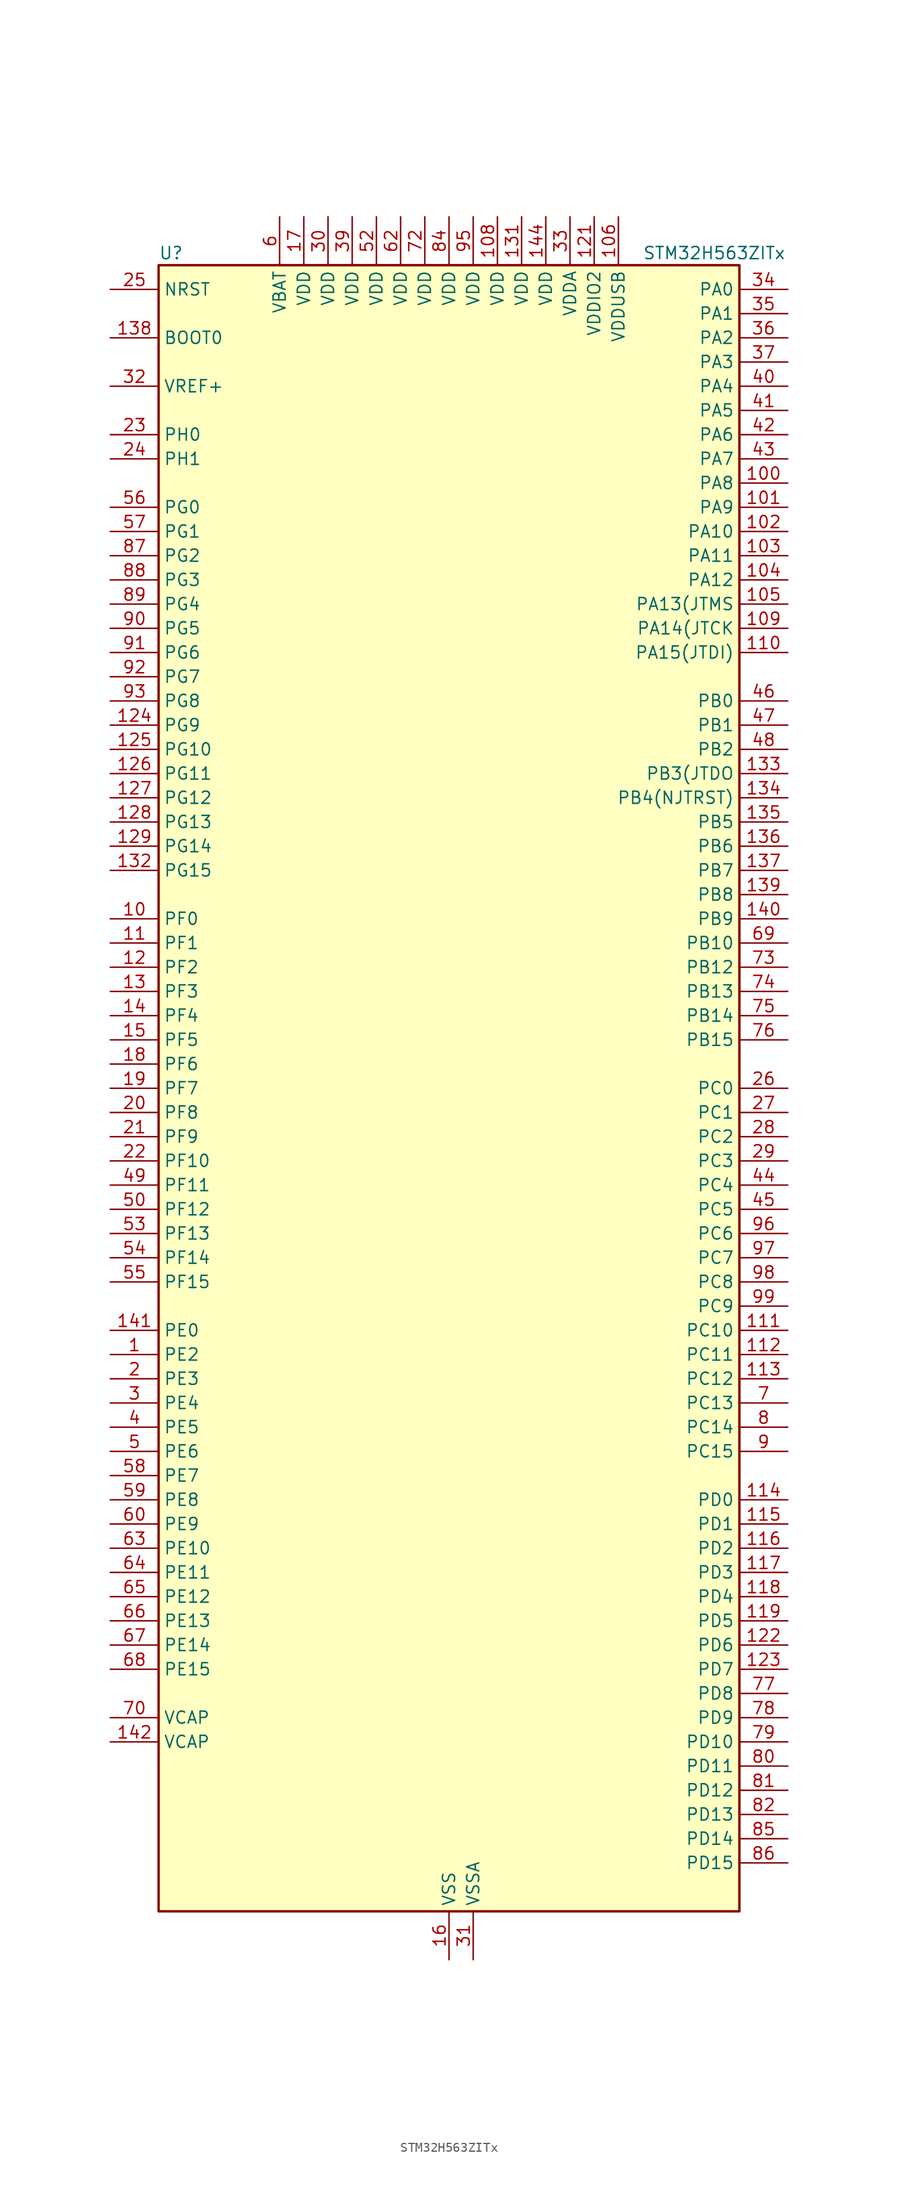
<source format=kicad_sym>
(kicad_symbol_lib
  (version 20231120)
  (generator "kicad_symbol_editor")
  (generator_version "8.0")
  (symbol "STM32H563ZITx"
    (property "Reference" "U"
      (at -30.48 87.63 0)
      (effects (font (size 1.27 1.27)) (justify left)))
    (property "Value" "STM32H563ZITx"
      (at 20.32 87.63 0)
      (effects (font (size 1.27 1.27)) (justify left)))
    (property "ki_locked" ""
      (at 0 0 0)
      (effects (font (size 1.27 1.27))))
    (symbol "STM32H563ZITx_0_1"
      (rectangle (start -30.48 -86.36) (end 30.48 86.36) (stroke (width 0.254) (type default)) (fill (type background))))
    (symbol "STM32H563ZITx_1_1"
      (pin bidirectional line (at -35.56 -27.94 0) (length 5.08) (name "PE2" (effects (font (size 1.27 1.27)))) (number "1" (effects (font (size 1.27 1.27)))) (alternate "DCMI_D3" bidirectional line) (alternate "DEBUG_TRACECLK" bidirectional line) (alternate "ETH_TXD3" bidirectional line) (alternate "FMC_A23" bidirectional line) (alternate "LPTIM1_IN2" bidirectional line) (alternate "OCTOSPI1_IO2" bidirectional line) (alternate "PSSI_D3" bidirectional line) (alternate "SAI1_CK1" bidirectional line) (alternate "SAI1_MCLK_A" bidirectional line) (alternate "SPI4_SCK" bidirectional line) (alternate "UART8_TX" bidirectional line) (alternate "USART10_RX" bidirectional line))
      (pin bidirectional line (at -35.56 17.78 0) (length 5.08) (name "PF0" (effects (font (size 1.27 1.27)))) (number "10" (effects (font (size 1.27 1.27)))) (alternate "FMC_A0" bidirectional line) (alternate "I2C2_SDA" bidirectional line) (alternate "LPTIM5_CH1" bidirectional line))
      (pin bidirectional line (at 35.56 63.5 180) (length 5.08) (name "PA8" (effects (font (size 1.27 1.27)))) (number "100" (effects (font (size 1.27 1.27)))) (alternate "DCMI_D3" bidirectional line) (alternate "FMC_NOE" bidirectional line) (alternate "I2C3_SCL" bidirectional line) (alternate "PSSI_D3" bidirectional line) (alternate "RCC_MCO_1" bidirectional line) (alternate "SPI1_RDY" bidirectional line) (alternate "TIM1_CH1" bidirectional line) (alternate "TIM8_BKIN2" bidirectional line) (alternate "UART7_RX" bidirectional line) (alternate "USART1_CK" bidirectional line) (alternate "USB_SOF" bidirectional line))
      (pin bidirectional line (at 35.56 60.96 180) (length 5.08) (name "PA9" (effects (font (size 1.27 1.27)))) (number "101" (effects (font (size 1.27 1.27)))) (alternate "DAC1_EXTI9" bidirectional line) (alternate "DCMI_D0" bidirectional line) (alternate "ETH_TX_ER" bidirectional line) (alternate "FMC_NWE" bidirectional line) (alternate "I2C3_SMBA" bidirectional line) (alternate "I2S2_CK" bidirectional line) (alternate "LPUART1_TX" bidirectional line) (alternate "PSSI_D0" bidirectional line) (alternate "SPI2_SCK" bidirectional line) (alternate "TIM1_CH2" bidirectional line) (alternate "UCPD1_DB1" bidirectional line) (alternate "USART1_TX" bidirectional line))
      (pin bidirectional line (at 35.56 58.42 180) (length 5.08) (name "PA10" (effects (font (size 1.27 1.27)))) (number "102" (effects (font (size 1.27 1.27)))) (alternate "DCMI_D1" bidirectional line) (alternate "FDCAN2_TX" bidirectional line) (alternate "LPTIM2_IN2" bidirectional line) (alternate "LPUART1_RX" bidirectional line) (alternate "PSSI_D1" bidirectional line) (alternate "SDMMC1_D0" bidirectional line) (alternate "TIM1_CH3" bidirectional line) (alternate "UCPD1_FRSTX" bidirectional line) (alternate "USART1_RX" bidirectional line))
      (pin bidirectional line (at 35.56 55.88 180) (length 5.08) (name "PA11" (effects (font (size 1.27 1.27)))) (number "103" (effects (font (size 1.27 1.27)))) (alternate "ADC1_EXTI11" bidirectional line) (alternate "ADC2_EXTI11" bidirectional line) (alternate "FDCAN1_RX" bidirectional line) (alternate "I2S2_WS" bidirectional line) (alternate "LPUART1_CTS" bidirectional line) (alternate "SPI2_NSS" bidirectional line) (alternate "TIM1_CH4" bidirectional line) (alternate "UART4_RX" bidirectional line) (alternate "USART1_CTS" bidirectional line) (alternate "USART1_NSS" bidirectional line) (alternate "USB_DM" bidirectional line))
      (pin bidirectional line (at 35.56 53.34 180) (length 5.08) (name "PA12" (effects (font (size 1.27 1.27)))) (number "104" (effects (font (size 1.27 1.27)))) (alternate "FDCAN1_TX" bidirectional line) (alternate "I2S2_CK" bidirectional line) (alternate "LPUART1_RTS" bidirectional line) (alternate "SAI2_FS_B" bidirectional line) (alternate "SPI2_SCK" bidirectional line) (alternate "TIM1_ETR" bidirectional line) (alternate "UART4_TX" bidirectional line) (alternate "USART1_RTS" bidirectional line) (alternate "USB_DP" bidirectional line))
      (pin bidirectional line (at 35.56 50.8 180) (length 5.08) (name "PA13(JTMS" (effects (font (size 1.27 1.27)))) (number "105" (effects (font (size 1.27 1.27)))) (alternate "DEBUG_JTMS-SWDIO" bidirectional line))
      (pin power_in line (at 17.78 91.44 270) (length 5.08) (name "VDDUSB" (effects (font (size 1.27 1.27)))) (number "106" (effects (font (size 1.27 1.27)))))
      (pin passive line (at 0 -91.44 90) (length 5.08) hide (name "VSS" (effects (font (size 1.27 1.27)))) (number "107" (effects (font (size 1.27 1.27)))))
      (pin power_in line (at 5.08 91.44 270) (length 5.08) (name "VDD" (effects (font (size 1.27 1.27)))) (number "108" (effects (font (size 1.27 1.27)))))
      (pin bidirectional line (at 35.56 48.26 180) (length 5.08) (name "PA14(JTCK" (effects (font (size 1.27 1.27)))) (number "109" (effects (font (size 1.27 1.27)))) (alternate "DEBUG_JTCK-SWCLK" bidirectional line))
      (pin bidirectional line (at -35.56 15.24 0) (length 5.08) (name "PF1" (effects (font (size 1.27 1.27)))) (number "11" (effects (font (size 1.27 1.27)))) (alternate "FMC_A1" bidirectional line) (alternate "I2C2_SCL" bidirectional line) (alternate "LPTIM5_CH2" bidirectional line))
      (pin bidirectional line (at 35.56 45.72 180) (length 5.08) (name "PA15(JTDI)" (effects (font (size 1.27 1.27)))) (number "110" (effects (font (size 1.27 1.27)))) (alternate "ADC1_EXTI15" bidirectional line) (alternate "ADC2_EXTI15" bidirectional line) (alternate "CEC" bidirectional line) (alternate "DCMI_D11" bidirectional line) (alternate "DEBUG_JTDI" bidirectional line) (alternate "FMC_NBL1" bidirectional line) (alternate "I2S1_WS" bidirectional line) (alternate "I2S3_WS" bidirectional line) (alternate "LPTIM3_IN2" bidirectional line) (alternate "PSSI_D11" bidirectional line) (alternate "SPI1_NSS" bidirectional line) (alternate "SPI3_NSS" bidirectional line) (alternate "SPI6_NSS" bidirectional line) (alternate "TIM2_CH1" bidirectional line) (alternate "TIM2_ETR" bidirectional line) (alternate "UART4_DE" bidirectional line) (alternate "UART4_RTS" bidirectional line) (alternate "UART7_TX" bidirectional line))
      (pin bidirectional line (at 35.56 -25.4 180) (length 5.08) (name "PC10" (effects (font (size 1.27 1.27)))) (number "111" (effects (font (size 1.27 1.27)))) (alternate "DCMI_D8" bidirectional line) (alternate "ETH_TXD0" bidirectional line) (alternate "I2S3_CK" bidirectional line) (alternate "LPTIM3_ETR" bidirectional line) (alternate "OCTOSPI1_IO1" bidirectional line) (alternate "PSSI_D8" bidirectional line) (alternate "SDMMC1_D2" bidirectional line) (alternate "SPI3_SCK" bidirectional line) (alternate "UART4_TX" bidirectional line) (alternate "USART3_TX" bidirectional line))
      (pin bidirectional line (at 35.56 -27.94 180) (length 5.08) (name "PC11" (effects (font (size 1.27 1.27)))) (number "112" (effects (font (size 1.27 1.27)))) (alternate "ADC1_EXTI11" bidirectional line) (alternate "ADC2_EXTI11" bidirectional line) (alternate "DCMI_D4" bidirectional line) (alternate "I2S3_SDI" bidirectional line) (alternate "LPTIM3_IN1" bidirectional line) (alternate "OCTOSPI1_NCS" bidirectional line) (alternate "PSSI_D4" bidirectional line) (alternate "SDMMC1_D3" bidirectional line) (alternate "SPI3_MISO" bidirectional line) (alternate "UART4_RX" bidirectional line) (alternate "USART3_RX" bidirectional line))
      (pin bidirectional line (at 35.56 -30.48 180) (length 5.08) (name "PC12" (effects (font (size 1.27 1.27)))) (number "113" (effects (font (size 1.27 1.27)))) (alternate "DCMI_D9" bidirectional line) (alternate "DEBUG_TRACED3" bidirectional line) (alternate "I2S3_SDO" bidirectional line) (alternate "PSSI_D9" bidirectional line) (alternate "SDMMC1_CK" bidirectional line) (alternate "SPI3_MOSI" bidirectional line) (alternate "SPI6_SCK" bidirectional line) (alternate "TIM15_CH1" bidirectional line) (alternate "UART5_TX" bidirectional line) (alternate "USART3_CK" bidirectional line))
      (pin bidirectional line (at 35.56 -43.18 180) (length 5.08) (name "PD0" (effects (font (size 1.27 1.27)))) (number "114" (effects (font (size 1.27 1.27)))) (alternate "FDCAN1_RX" bidirectional line) (alternate "FMC_D2" bidirectional line) (alternate "FMC_DA2" bidirectional line) (alternate "TIM8_CH4N" bidirectional line) (alternate "UART4_RX" bidirectional line) (alternate "UART9_CTS" bidirectional line))
      (pin bidirectional line (at 35.56 -45.72 180) (length 5.08) (name "PD1" (effects (font (size 1.27 1.27)))) (number "115" (effects (font (size 1.27 1.27)))) (alternate "FDCAN1_TX" bidirectional line) (alternate "FMC_D3" bidirectional line) (alternate "FMC_DA3" bidirectional line) (alternate "UART4_TX" bidirectional line))
      (pin bidirectional line (at 35.56 -48.26 180) (length 5.08) (name "PD2" (effects (font (size 1.27 1.27)))) (number "116" (effects (font (size 1.27 1.27)))) (alternate "DCMI_D11" bidirectional line) (alternate "DEBUG_TRACED2" bidirectional line) (alternate "LPTIM4_ETR" bidirectional line) (alternate "PSSI_D11" bidirectional line) (alternate "PWR_WKUP7" bidirectional line) (alternate "SDMMC1_CMD" bidirectional line) (alternate "TIM15_BKIN" bidirectional line) (alternate "TIM3_ETR" bidirectional line) (alternate "UART5_RX" bidirectional line))
      (pin bidirectional line (at 35.56 -50.8 180) (length 5.08) (name "PD3" (effects (font (size 1.27 1.27)))) (number "117" (effects (font (size 1.27 1.27)))) (alternate "DCMI_D5" bidirectional line) (alternate "FMC_CLK" bidirectional line) (alternate "I2S2_CK" bidirectional line) (alternate "PSSI_D5" bidirectional line) (alternate "PWR_WKUP8" bidirectional line) (alternate "SPI2_SCK" bidirectional line) (alternate "USART2_CTS" bidirectional line) (alternate "USART2_NSS" bidirectional line))
      (pin bidirectional line (at 35.56 -53.34 180) (length 5.08) (name "PD4" (effects (font (size 1.27 1.27)))) (number "118" (effects (font (size 1.27 1.27)))) (alternate "FMC_NOE" bidirectional line) (alternate "OCTOSPI1_IO4" bidirectional line) (alternate "USART2_RTS" bidirectional line))
      (pin bidirectional line (at 35.56 -55.88 180) (length 5.08) (name "PD5" (effects (font (size 1.27 1.27)))) (number "119" (effects (font (size 1.27 1.27)))) (alternate "FDCAN1_TX" bidirectional line) (alternate "FMC_NWE" bidirectional line) (alternate "OCTOSPI1_IO5" bidirectional line) (alternate "SPI2_RDY" bidirectional line) (alternate "TIM1_CH4N" bidirectional line) (alternate "USART2_TX" bidirectional line))
      (pin bidirectional line (at -35.56 12.7 0) (length 5.08) (name "PF2" (effects (font (size 1.27 1.27)))) (number "12" (effects (font (size 1.27 1.27)))) (alternate "FMC_A2" bidirectional line) (alternate "I2C2_SMBA" bidirectional line) (alternate "LPTIM3_CH2" bidirectional line) (alternate "LPTIM3_IN2" bidirectional line) (alternate "LPTIM5_IN1" bidirectional line) (alternate "UART12_TX" bidirectional line) (alternate "USART11_CK" bidirectional line))
      (pin passive line (at 0 -91.44 90) (length 5.08) hide (name "VSS" (effects (font (size 1.27 1.27)))) (number "120" (effects (font (size 1.27 1.27)))))
      (pin power_in line (at 15.24 91.44 270) (length 5.08) (name "VDDIO2" (effects (font (size 1.27 1.27)))) (number "121" (effects (font (size 1.27 1.27)))))
      (pin bidirectional line (at 35.56 -58.42 180) (length 5.08) (name "PD6" (effects (font (size 1.27 1.27)))) (number "122" (effects (font (size 1.27 1.27)))) (alternate "DCMI_D10" bidirectional line) (alternate "FMC_NWAIT" bidirectional line) (alternate "I2S3_SDO" bidirectional line) (alternate "OCTOSPI1_IO6" bidirectional line) (alternate "PSSI_D10" bidirectional line) (alternate "SAI1_D1" bidirectional line) (alternate "SAI1_SD_A" bidirectional line) (alternate "SDMMC2_CK" bidirectional line) (alternate "SPI3_MOSI" bidirectional line) (alternate "USART2_RX" bidirectional line))
      (pin bidirectional line (at 35.56 -60.96 180) (length 5.08) (name "PD7" (effects (font (size 1.27 1.27)))) (number "123" (effects (font (size 1.27 1.27)))) (alternate "FMC_NCE" bidirectional line) (alternate "FMC_NE1" bidirectional line) (alternate "I2S1_SDO" bidirectional line) (alternate "LPTIM4_OUT" bidirectional line) (alternate "OCTOSPI1_IO7" bidirectional line) (alternate "SDMMC2_CMD" bidirectional line) (alternate "SPI1_MOSI" bidirectional line) (alternate "USART2_CK" bidirectional line))
      (pin bidirectional line (at -35.56 38.1 0) (length 5.08) (name "PG9" (effects (font (size 1.27 1.27)))) (number "124" (effects (font (size 1.27 1.27)))) (alternate "DAC1_EXTI9" bidirectional line) (alternate "DCMI_VSYNC" bidirectional line) (alternate "FMC_NCE" bidirectional line) (alternate "FMC_NE2" bidirectional line) (alternate "I2S1_SDI" bidirectional line) (alternate "OCTOSPI1_IO6" bidirectional line) (alternate "PSSI_RDY" bidirectional line) (alternate "SAI2_FS_B" bidirectional line) (alternate "SDMMC2_D0" bidirectional line) (alternate "SPI1_MISO" bidirectional line) (alternate "USART6_RX" bidirectional line))
      (pin bidirectional line (at -35.56 35.56 0) (length 5.08) (name "PG10" (effects (font (size 1.27 1.27)))) (number "125" (effects (font (size 1.27 1.27)))) (alternate "DCMI_D2" bidirectional line) (alternate "FMC_NE3" bidirectional line) (alternate "I2S1_WS" bidirectional line) (alternate "PSSI_D2" bidirectional line) (alternate "SAI2_SD_B" bidirectional line) (alternate "SDMMC2_D1" bidirectional line) (alternate "SPI1_NSS" bidirectional line))
      (pin bidirectional line (at -35.56 33.02 0) (length 5.08) (name "PG11" (effects (font (size 1.27 1.27)))) (number "126" (effects (font (size 1.27 1.27)))) (alternate "ADC1_EXTI11" bidirectional line) (alternate "ADC2_EXTI11" bidirectional line) (alternate "DCMI_D3" bidirectional line) (alternate "ETH_TX_EN" bidirectional line) (alternate "I2S1_CK" bidirectional line) (alternate "LPTIM1_IN2" bidirectional line) (alternate "PSSI_D3" bidirectional line) (alternate "SDMMC2_D2" bidirectional line) (alternate "SPI1_SCK" bidirectional line) (alternate "USART10_RX" bidirectional line) (alternate "USART11_RTS" bidirectional line))
      (pin bidirectional line (at -35.56 30.48 0) (length 5.08) (name "PG12" (effects (font (size 1.27 1.27)))) (number "127" (effects (font (size 1.27 1.27)))) (alternate "DCMI_D11" bidirectional line) (alternate "ETH_TXD1" bidirectional line) (alternate "FMC_NE4" bidirectional line) (alternate "LPTIM1_IN1" bidirectional line) (alternate "LPTIM5_CH1" bidirectional line) (alternate "PSSI_D11" bidirectional line) (alternate "PSSI_D15" bidirectional line) (alternate "SDMMC2_D3" bidirectional line) (alternate "SPI6_MISO" bidirectional line) (alternate "USART10_TX" bidirectional line) (alternate "USART6_RTS" bidirectional line))
      (pin bidirectional line (at -35.56 27.94 0) (length 5.08) (name "PG13" (effects (font (size 1.27 1.27)))) (number "128" (effects (font (size 1.27 1.27)))) (alternate "DEBUG_TRACED0" bidirectional line) (alternate "ETH_TXD0" bidirectional line) (alternate "FMC_A24" bidirectional line) (alternate "LPTIM1_CH1" bidirectional line) (alternate "LPTIM5_CH2" bidirectional line) (alternate "SDMMC2_D6" bidirectional line) (alternate "SPI6_SCK" bidirectional line) (alternate "USART10_CTS" bidirectional line) (alternate "USART10_NSS" bidirectional line) (alternate "USART6_CTS" bidirectional line) (alternate "USART6_NSS" bidirectional line))
      (pin bidirectional line (at -35.56 25.4 0) (length 5.08) (name "PG14" (effects (font (size 1.27 1.27)))) (number "129" (effects (font (size 1.27 1.27)))) (alternate "DEBUG_TRACED1" bidirectional line) (alternate "ETH_TXD1" bidirectional line) (alternate "FMC_A25" bidirectional line) (alternate "LPTIM1_CH2" bidirectional line) (alternate "LPTIM1_ETR" bidirectional line) (alternate "LPTIM5_IN1" bidirectional line) (alternate "OCTOSPI1_IO7" bidirectional line) (alternate "SDMMC2_D7" bidirectional line) (alternate "SPI6_MOSI" bidirectional line) (alternate "USART10_RTS" bidirectional line) (alternate "USART6_TX" bidirectional line))
      (pin bidirectional line (at -35.56 10.16 0) (length 5.08) (name "PF3" (effects (font (size 1.27 1.27)))) (number "13" (effects (font (size 1.27 1.27)))) (alternate "FMC_A3" bidirectional line) (alternate "LPTIM3_IN1" bidirectional line) (alternate "LPTIM5_IN2" bidirectional line) (alternate "USART11_TX" bidirectional line))
      (pin passive line (at 0 -91.44 90) (length 5.08) hide (name "VSS" (effects (font (size 1.27 1.27)))) (number "130" (effects (font (size 1.27 1.27)))))
      (pin power_in line (at 7.62 91.44 270) (length 5.08) (name "VDD" (effects (font (size 1.27 1.27)))) (number "131" (effects (font (size 1.27 1.27)))))
      (pin bidirectional line (at -35.56 22.86 0) (length 5.08) (name "PG15" (effects (font (size 1.27 1.27)))) (number "132" (effects (font (size 1.27 1.27)))) (alternate "ADC1_EXTI15" bidirectional line) (alternate "ADC2_EXTI15" bidirectional line) (alternate "DCMI_D13" bidirectional line) (alternate "FMC_SDNCAS" bidirectional line) (alternate "PSSI_D13" bidirectional line) (alternate "SPI4_RDY" bidirectional line) (alternate "USART10_CK" bidirectional line) (alternate "USART6_CTS" bidirectional line) (alternate "USART6_NSS" bidirectional line))
      (pin bidirectional line (at 35.56 33.02 180) (length 5.08) (name "PB3(JTDO" (effects (font (size 1.27 1.27)))) (number "133" (effects (font (size 1.27 1.27)))) (alternate "CRS_SYNC" bidirectional line) (alternate "DEBUG_JTDO-SWO" bidirectional line) (alternate "I2C2_SDA" bidirectional line) (alternate "I2S1_CK" bidirectional line) (alternate "I2S3_CK" bidirectional line) (alternate "LPTIM6_ETR" bidirectional line) (alternate "SDMMC2_D2" bidirectional line) (alternate "SPI1_SCK" bidirectional line) (alternate "SPI3_SCK" bidirectional line) (alternate "SPI6_SCK" bidirectional line) (alternate "TIM2_CH2" bidirectional line) (alternate "UART12_CTS" bidirectional line) (alternate "UART7_RX" bidirectional line))
      (pin bidirectional line (at 35.56 30.48 180) (length 5.08) (name "PB4(NJTRST)" (effects (font (size 1.27 1.27)))) (number "134" (effects (font (size 1.27 1.27)))) (alternate "DCMI_D7" bidirectional line) (alternate "DEBUG_JTRST" bidirectional line) (alternate "I2S1_SDI" bidirectional line) (alternate "I2S2_WS" bidirectional line) (alternate "I2S3_SDI" bidirectional line) (alternate "LPTIM1_CH2" bidirectional line) (alternate "OCTOSPI1_CLK" bidirectional line) (alternate "PSSI_D7" bidirectional line) (alternate "SDMMC2_D3" bidirectional line) (alternate "SPI1_MISO" bidirectional line) (alternate "SPI2_NSS" bidirectional line) (alternate "SPI3_MISO" bidirectional line) (alternate "SPI6_MISO" bidirectional line) (alternate "TIM16_BKIN" bidirectional line) (alternate "TIM3_CH1" bidirectional line) (alternate "UART7_TX" bidirectional line))
      (pin bidirectional line (at 35.56 27.94 180) (length 5.08) (name "PB5" (effects (font (size 1.27 1.27)))) (number "135" (effects (font (size 1.27 1.27)))) (alternate "DCMI_D10" bidirectional line) (alternate "ETH_PPS_OUT" bidirectional line) (alternate "FDCAN2_RX" bidirectional line) (alternate "FMC_SDCKE1" bidirectional line) (alternate "I2C1_SMBA" bidirectional line) (alternate "I2C4_SMBA" bidirectional line) (alternate "I2S1_SDO" bidirectional line) (alternate "I2S3_SDO" bidirectional line) (alternate "OCTOSPI1_NCLK" bidirectional line) (alternate "PSSI_D10" bidirectional line) (alternate "SPI1_MOSI" bidirectional line) (alternate "SPI3_MOSI" bidirectional line) (alternate "SPI6_MOSI" bidirectional line) (alternate "TIM17_BKIN" bidirectional line) (alternate "TIM3_CH2" bidirectional line) (alternate "UART5_RX" bidirectional line))
      (pin bidirectional line (at 35.56 25.4 180) (length 5.08) (name "PB6" (effects (font (size 1.27 1.27)))) (number "136" (effects (font (size 1.27 1.27)))) (alternate "CEC" bidirectional line) (alternate "DCMI_D5" bidirectional line) (alternate "FDCAN2_TX" bidirectional line) (alternate "FMC_SDNE1" bidirectional line) (alternate "I2C1_SCL" bidirectional line) (alternate "I2C4_SCL" bidirectional line) (alternate "I3C1_SCL" bidirectional line) (alternate "LPUART1_TX" bidirectional line) (alternate "OCTOSPI1_NCS" bidirectional line) (alternate "PSSI_D5" bidirectional line) (alternate "TIM16_CH1N" bidirectional line) (alternate "TIM4_CH1" bidirectional line) (alternate "UART5_TX" bidirectional line) (alternate "USART1_TX" bidirectional line))
      (pin bidirectional line (at 35.56 22.86 180) (length 5.08) (name "PB7" (effects (font (size 1.27 1.27)))) (number "137" (effects (font (size 1.27 1.27)))) (alternate "DCMI_VSYNC" bidirectional line) (alternate "FDCAN1_TX" bidirectional line) (alternate "FMC_NL" bidirectional line) (alternate "I2C1_SDA" bidirectional line) (alternate "I2C4_SDA" bidirectional line) (alternate "I3C1_SDA" bidirectional line) (alternate "LPUART1_RX" bidirectional line) (alternate "PSSI_RDY" bidirectional line) (alternate "PWR_WKUP5" bidirectional line) (alternate "SDMMC2_CKIN" bidirectional line) (alternate "SDMMC2_D5" bidirectional line) (alternate "TIM17_CH1N" bidirectional line) (alternate "TIM4_CH2" bidirectional line) (alternate "USART1_RX" bidirectional line))
      (pin input line (at -35.56 78.74 0) (length 5.08) (name "BOOT0" (effects (font (size 1.27 1.27)))) (number "138" (effects (font (size 1.27 1.27)))))
      (pin bidirectional line (at 35.56 20.32 180) (length 5.08) (name "PB8" (effects (font (size 1.27 1.27)))) (number "139" (effects (font (size 1.27 1.27)))) (alternate "DCMI_D6" bidirectional line) (alternate "ETH_TXD3" bidirectional line) (alternate "FDCAN1_RX" bidirectional line) (alternate "I2C1_SCL" bidirectional line) (alternate "I2C4_SCL" bidirectional line) (alternate "I3C1_SCL" bidirectional line) (alternate "PSSI_D6" bidirectional line) (alternate "SDMMC1_CKIN" bidirectional line) (alternate "SDMMC1_D4" bidirectional line) (alternate "SDMMC2_D4" bidirectional line) (alternate "SPI4_RDY" bidirectional line) (alternate "TIM16_CH1" bidirectional line) (alternate "TIM4_CH3" bidirectional line) (alternate "UART4_RX" bidirectional line))
      (pin bidirectional line (at -35.56 7.62 0) (length 5.08) (name "PF4" (effects (font (size 1.27 1.27)))) (number "14" (effects (font (size 1.27 1.27)))) (alternate "FMC_A4" bidirectional line) (alternate "LPTIM3_ETR" bidirectional line) (alternate "USART11_RX" bidirectional line))
      (pin bidirectional line (at 35.56 17.78 180) (length 5.08) (name "PB9" (effects (font (size 1.27 1.27)))) (number "140" (effects (font (size 1.27 1.27)))) (alternate "DAC1_EXTI9" bidirectional line) (alternate "DCMI_D7" bidirectional line) (alternate "FDCAN1_TX" bidirectional line) (alternate "I2C1_SDA" bidirectional line) (alternate "I2C4_SDA" bidirectional line) (alternate "I2S2_WS" bidirectional line) (alternate "I3C1_SDA" bidirectional line) (alternate "PSSI_D7" bidirectional line) (alternate "SDMMC1_CDIR" bidirectional line) (alternate "SDMMC1_D5" bidirectional line) (alternate "SDMMC2_CKIN" bidirectional line) (alternate "SDMMC2_D5" bidirectional line) (alternate "SPI2_NSS" bidirectional line) (alternate "TIM17_CH1" bidirectional line) (alternate "TIM4_CH4" bidirectional line) (alternate "UART4_TX" bidirectional line))
      (pin bidirectional line (at -35.56 -25.4 0) (length 5.08) (name "PE0" (effects (font (size 1.27 1.27)))) (number "141" (effects (font (size 1.27 1.27)))) (alternate "DCMI_D2" bidirectional line) (alternate "FDCAN1_RX" bidirectional line) (alternate "FMC_NBL0" bidirectional line) (alternate "LPTIM1_ETR" bidirectional line) (alternate "LPTIM2_CH2" bidirectional line) (alternate "LPTIM2_ETR" bidirectional line) (alternate "PSSI_D2" bidirectional line) (alternate "SAI2_MCLK_A" bidirectional line) (alternate "SPI3_RDY" bidirectional line) (alternate "TIM4_ETR" bidirectional line) (alternate "UART8_RX" bidirectional line))
      (pin power_out line (at -35.56 -68.58 0) (length 5.08) (name "VCAP" (effects (font (size 1.27 1.27)))) (number "142" (effects (font (size 1.27 1.27)))))
      (pin passive line (at 0 -91.44 90) (length 5.08) hide (name "VSS" (effects (font (size 1.27 1.27)))) (number "143" (effects (font (size 1.27 1.27)))))
      (pin power_in line (at 10.16 91.44 270) (length 5.08) (name "VDD" (effects (font (size 1.27 1.27)))) (number "144" (effects (font (size 1.27 1.27)))))
      (pin bidirectional line (at -35.56 5.08 0) (length 5.08) (name "PF5" (effects (font (size 1.27 1.27)))) (number "15" (effects (font (size 1.27 1.27)))) (alternate "FMC_A5" bidirectional line) (alternate "I2C4_SCL" bidirectional line) (alternate "I3C1_SCL" bidirectional line) (alternate "LPTIM3_CH1" bidirectional line) (alternate "LPTIM3_IN1" bidirectional line) (alternate "UART12_RX" bidirectional line) (alternate "USART11_CTS" bidirectional line) (alternate "USART11_NSS" bidirectional line))
      (pin power_in line (at 0 -91.44 90) (length 5.08) (name "VSS" (effects (font (size 1.27 1.27)))) (number "16" (effects (font (size 1.27 1.27)))))
      (pin power_in line (at -15.24 91.44 270) (length 5.08) (name "VDD" (effects (font (size 1.27 1.27)))) (number "17" (effects (font (size 1.27 1.27)))))
      (pin bidirectional line (at -35.56 2.54 0) (length 5.08) (name "PF6" (effects (font (size 1.27 1.27)))) (number "18" (effects (font (size 1.27 1.27)))) (alternate "LPTIM5_CH1" bidirectional line) (alternate "OCTOSPI1_IO3" bidirectional line) (alternate "SAI1_SD_B" bidirectional line) (alternate "SPI5_NSS" bidirectional line) (alternate "TIM16_CH1" bidirectional line) (alternate "UART7_RX" bidirectional line))
      (pin bidirectional line (at -35.56 0 0) (length 5.08) (name "PF7" (effects (font (size 1.27 1.27)))) (number "19" (effects (font (size 1.27 1.27)))) (alternate "LPTIM5_CH2" bidirectional line) (alternate "OCTOSPI1_IO2" bidirectional line) (alternate "SAI1_MCLK_B" bidirectional line) (alternate "SPI5_SCK" bidirectional line) (alternate "TIM17_CH1" bidirectional line) (alternate "UART7_TX" bidirectional line))
      (pin bidirectional line (at -35.56 -30.48 0) (length 5.08) (name "PE3" (effects (font (size 1.27 1.27)))) (number "2" (effects (font (size 1.27 1.27)))) (alternate "DEBUG_TRACED0" bidirectional line) (alternate "FMC_A19" bidirectional line) (alternate "SAI1_SD_B" bidirectional line) (alternate "TAMP_IN6" bidirectional line) (alternate "TAMP_OUT3" bidirectional line) (alternate "TIM15_BKIN" bidirectional line) (alternate "USART10_TX" bidirectional line))
      (pin bidirectional line (at -35.56 -2.54 0) (length 5.08) (name "PF8" (effects (font (size 1.27 1.27)))) (number "20" (effects (font (size 1.27 1.27)))) (alternate "LPTIM5_IN1" bidirectional line) (alternate "OCTOSPI1_IO0" bidirectional line) (alternate "SAI1_SCK_B" bidirectional line) (alternate "SPI5_MISO" bidirectional line) (alternate "TIM13_CH1" bidirectional line) (alternate "TIM16_CH1N" bidirectional line) (alternate "UART7_RTS" bidirectional line))
      (pin bidirectional line (at -35.56 -5.08 0) (length 5.08) (name "PF9" (effects (font (size 1.27 1.27)))) (number "21" (effects (font (size 1.27 1.27)))) (alternate "DAC1_EXTI9" bidirectional line) (alternate "LPTIM5_IN2" bidirectional line) (alternate "OCTOSPI1_IO1" bidirectional line) (alternate "SAI1_FS_B" bidirectional line) (alternate "SPI5_MOSI" bidirectional line) (alternate "TIM14_CH1" bidirectional line) (alternate "TIM17_CH1N" bidirectional line) (alternate "UART7_CTS" bidirectional line))
      (pin bidirectional line (at -35.56 -7.62 0) (length 5.08) (name "PF10" (effects (font (size 1.27 1.27)))) (number "22" (effects (font (size 1.27 1.27)))) (alternate "DCMI_D11" bidirectional line) (alternate "OCTOSPI1_CLK" bidirectional line) (alternate "PSSI_D11" bidirectional line) (alternate "PSSI_D15" bidirectional line) (alternate "SAI1_D3" bidirectional line) (alternate "TIM16_BKIN" bidirectional line))
      (pin bidirectional line (at -35.56 68.58 0) (length 5.08) (name "PH0" (effects (font (size 1.27 1.27)))) (number "23" (effects (font (size 1.27 1.27)))) (alternate "RCC_OSC_IN" bidirectional line))
      (pin bidirectional line (at -35.56 66.04 0) (length 5.08) (name "PH1" (effects (font (size 1.27 1.27)))) (number "24" (effects (font (size 1.27 1.27)))) (alternate "RCC_OSC_OUT" bidirectional line))
      (pin input line (at -35.56 83.82 0) (length 5.08) (name "NRST" (effects (font (size 1.27 1.27)))) (number "25" (effects (font (size 1.27 1.27)))))
      (pin bidirectional line (at 35.56 0 180) (length 5.08) (name "PC0" (effects (font (size 1.27 1.27)))) (number "26" (effects (font (size 1.27 1.27)))) (alternate "ADC1_INP10" bidirectional line) (alternate "ADC2_INP10" bidirectional line) (alternate "FMC_A25" bidirectional line) (alternate "FMC_SDNWE" bidirectional line) (alternate "OCTOSPI1_IO7" bidirectional line) (alternate "SAI1_MCLK_A" bidirectional line) (alternate "SAI2_FS_B" bidirectional line) (alternate "SPI2_RDY" bidirectional line) (alternate "TIM16_BKIN" bidirectional line))
      (pin bidirectional line (at 35.56 -2.54 180) (length 5.08) (name "PC1" (effects (font (size 1.27 1.27)))) (number "27" (effects (font (size 1.27 1.27)))) (alternate "ADC1_INN10" bidirectional line) (alternate "ADC1_INP11" bidirectional line) (alternate "ADC2_INN10" bidirectional line) (alternate "ADC2_INP11" bidirectional line) (alternate "DEBUG_TRACED0" bidirectional line) (alternate "ETH_MDC" bidirectional line) (alternate "I2S2_SDO" bidirectional line) (alternate "OCTOSPI1_IO4" bidirectional line) (alternate "PWR_WKUP6" bidirectional line) (alternate "SAI1_D1" bidirectional line) (alternate "SAI1_SD_A" bidirectional line) (alternate "SAI2_SD_A" bidirectional line) (alternate "SDMMC2_CK" bidirectional line) (alternate "SPI2_MOSI" bidirectional line) (alternate "TAMP_IN3" bidirectional line) (alternate "TAMP_OUT5" bidirectional line) (alternate "USART11_RTS" bidirectional line))
      (pin bidirectional line (at 35.56 -5.08 180) (length 5.08) (name "PC2" (effects (font (size 1.27 1.27)))) (number "28" (effects (font (size 1.27 1.27)))) (alternate "ADC1_INN11" bidirectional line) (alternate "ADC1_INP12" bidirectional line) (alternate "ADC2_INN11" bidirectional line) (alternate "ADC2_INP12" bidirectional line) (alternate "ETH_TXD2" bidirectional line) (alternate "FMC_SDNE0" bidirectional line) (alternate "I2S2_SDI" bidirectional line) (alternate "OCTOSPI1_IO2" bidirectional line) (alternate "OCTOSPI1_IO5" bidirectional line) (alternate "PWR_CSLEEP" bidirectional line) (alternate "SPI2_MISO" bidirectional line) (alternate "TIM17_CH1" bidirectional line) (alternate "TIM4_CH4" bidirectional line))
      (pin bidirectional line (at 35.56 -7.62 180) (length 5.08) (name "PC3" (effects (font (size 1.27 1.27)))) (number "29" (effects (font (size 1.27 1.27)))) (alternate "ADC1_INN12" bidirectional line) (alternate "ADC1_INP13" bidirectional line) (alternate "ADC2_INN12" bidirectional line) (alternate "ADC2_INP13" bidirectional line) (alternate "ETH_TX_CLK" bidirectional line) (alternate "FMC_SDCKE0" bidirectional line) (alternate "I2S2_SDO" bidirectional line) (alternate "LPTIM3_CH1" bidirectional line) (alternate "OCTOSPI1_IO0" bidirectional line) (alternate "OCTOSPI1_IO6" bidirectional line) (alternate "PWR_CSTOP" bidirectional line) (alternate "SAI1_D3" bidirectional line) (alternate "SPI2_MOSI" bidirectional line))
      (pin bidirectional line (at -35.56 -33.02 0) (length 5.08) (name "PE4" (effects (font (size 1.27 1.27)))) (number "3" (effects (font (size 1.27 1.27)))) (alternate "DCMI_D4" bidirectional line) (alternate "DEBUG_TRACED1" bidirectional line) (alternate "FMC_A20" bidirectional line) (alternate "PSSI_D4" bidirectional line) (alternate "SAI1_D2" bidirectional line) (alternate "SAI1_FS_A" bidirectional line) (alternate "SPI4_NSS" bidirectional line) (alternate "TAMP_IN7" bidirectional line) (alternate "TAMP_OUT8" bidirectional line) (alternate "TIM15_CH1N" bidirectional line))
      (pin power_in line (at -12.7 91.44 270) (length 5.08) (name "VDD" (effects (font (size 1.27 1.27)))) (number "30" (effects (font (size 1.27 1.27)))))
      (pin power_in line (at 2.54 -91.44 90) (length 5.08) (name "VSSA" (effects (font (size 1.27 1.27)))) (number "31" (effects (font (size 1.27 1.27)))))
      (pin input line (at -35.56 73.66 0) (length 5.08) (name "VREF+" (effects (font (size 1.27 1.27)))) (number "32" (effects (font (size 1.27 1.27)))))
      (pin power_in line (at 12.7 91.44 270) (length 5.08) (name "VDDA" (effects (font (size 1.27 1.27)))) (number "33" (effects (font (size 1.27 1.27)))))
      (pin bidirectional line (at 35.56 83.82 180) (length 5.08) (name "PA0" (effects (font (size 1.27 1.27)))) (number "34" (effects (font (size 1.27 1.27)))) (alternate "ADC1_INN1" bidirectional line) (alternate "ADC1_INP0" bidirectional line) (alternate "ADC2_INN1" bidirectional line) (alternate "ADC2_INP0" bidirectional line) (alternate "ETH_CRS" bidirectional line) (alternate "PWR_WKUP1" bidirectional line) (alternate "SAI2_SD_B" bidirectional line) (alternate "SDMMC2_CMD" bidirectional line) (alternate "SPI3_RDY" bidirectional line) (alternate "SPI6_NSS" bidirectional line) (alternate "TAMP_IN2" bidirectional line) (alternate "TAMP_OUT1" bidirectional line) (alternate "TIM15_BKIN" bidirectional line) (alternate "TIM2_CH1" bidirectional line) (alternate "TIM2_ETR" bidirectional line) (alternate "TIM5_CH1" bidirectional line) (alternate "TIM8_ETR" bidirectional line) (alternate "UART4_TX" bidirectional line) (alternate "USART2_CTS" bidirectional line) (alternate "USART2_NSS" bidirectional line))
      (pin bidirectional line (at 35.56 81.28 180) (length 5.08) (name "PA1" (effects (font (size 1.27 1.27)))) (number "35" (effects (font (size 1.27 1.27)))) (alternate "ADC1_INP1" bidirectional line) (alternate "ADC2_INP1" bidirectional line) (alternate "ETH_REF_CLK" bidirectional line) (alternate "ETH_RX_CLK" bidirectional line) (alternate "LPTIM1_IN1" bidirectional line) (alternate "OCTOSPI1_DQS" bidirectional line) (alternate "OCTOSPI1_IO3" bidirectional line) (alternate "SAI2_MCLK_B" bidirectional line) (alternate "TAMP_IN5" bidirectional line) (alternate "TAMP_OUT4" bidirectional line) (alternate "TIM15_CH1N" bidirectional line) (alternate "TIM2_CH2" bidirectional line) (alternate "TIM5_CH2" bidirectional line) (alternate "UART4_RX" bidirectional line) (alternate "USART2_RTS" bidirectional line))
      (pin bidirectional line (at 35.56 78.74 180) (length 5.08) (name "PA2" (effects (font (size 1.27 1.27)))) (number "36" (effects (font (size 1.27 1.27)))) (alternate "ADC1_INP14" bidirectional line) (alternate "ADC2_INP14" bidirectional line) (alternate "ETH_MDIO" bidirectional line) (alternate "LPTIM1_IN2" bidirectional line) (alternate "PWR_WKUP2" bidirectional line) (alternate "SAI2_SCK_B" bidirectional line) (alternate "TAMP_IN4" bidirectional line) (alternate "TAMP_OUT3" bidirectional line) (alternate "TIM15_CH1" bidirectional line) (alternate "TIM2_CH3" bidirectional line) (alternate "TIM5_CH3" bidirectional line) (alternate "USART2_TX" bidirectional line))
      (pin bidirectional line (at 35.56 76.2 180) (length 5.08) (name "PA3" (effects (font (size 1.27 1.27)))) (number "37" (effects (font (size 1.27 1.27)))) (alternate "ADC1_INP15" bidirectional line) (alternate "ADC2_INP15" bidirectional line) (alternate "ETH_COL" bidirectional line) (alternate "I2S2_WS" bidirectional line) (alternate "OCTOSPI1_CLK" bidirectional line) (alternate "SAI1_SD_B" bidirectional line) (alternate "SPI2_NSS" bidirectional line) (alternate "TIM15_CH2" bidirectional line) (alternate "TIM2_CH4" bidirectional line) (alternate "TIM5_CH4" bidirectional line) (alternate "USART2_RX" bidirectional line))
      (pin passive line (at 0 -91.44 90) (length 5.08) hide (name "VSS" (effects (font (size 1.27 1.27)))) (number "38" (effects (font (size 1.27 1.27)))))
      (pin power_in line (at -10.16 91.44 270) (length 5.08) (name "VDD" (effects (font (size 1.27 1.27)))) (number "39" (effects (font (size 1.27 1.27)))))
      (pin bidirectional line (at -35.56 -35.56 0) (length 5.08) (name "PE5" (effects (font (size 1.27 1.27)))) (number "4" (effects (font (size 1.27 1.27)))) (alternate "DCMI_D6" bidirectional line) (alternate "DEBUG_TRACED2" bidirectional line) (alternate "FMC_A21" bidirectional line) (alternate "PSSI_D6" bidirectional line) (alternate "SAI1_CK2" bidirectional line) (alternate "SAI1_SCK_A" bidirectional line) (alternate "SPI4_MISO" bidirectional line) (alternate "TAMP_IN8" bidirectional line) (alternate "TAMP_OUT7" bidirectional line) (alternate "TIM15_CH1" bidirectional line))
      (pin bidirectional line (at 35.56 73.66 180) (length 5.08) (name "PA4" (effects (font (size 1.27 1.27)))) (number "40" (effects (font (size 1.27 1.27)))) (alternate "ADC1_INP18" bidirectional line) (alternate "ADC2_INP18" bidirectional line) (alternate "DAC1_OUT1" bidirectional line) (alternate "DCMI_HSYNC" bidirectional line) (alternate "I2S1_WS" bidirectional line) (alternate "I2S3_WS" bidirectional line) (alternate "LPTIM2_CH1" bidirectional line) (alternate "PSSI_DE" bidirectional line) (alternate "SPI1_NSS" bidirectional line) (alternate "SPI3_NSS" bidirectional line) (alternate "SPI6_NSS" bidirectional line) (alternate "TIM5_ETR" bidirectional line) (alternate "USART2_CK" bidirectional line))
      (pin bidirectional line (at 35.56 71.12 180) (length 5.08) (name "PA5" (effects (font (size 1.27 1.27)))) (number "41" (effects (font (size 1.27 1.27)))) (alternate "ADC1_INN18" bidirectional line) (alternate "ADC1_INP19" bidirectional line) (alternate "ADC2_INN18" bidirectional line) (alternate "ADC2_INP19" bidirectional line) (alternate "DAC1_OUT2" bidirectional line) (alternate "ETH_TX_EN" bidirectional line) (alternate "I2S1_CK" bidirectional line) (alternate "PSSI_D14" bidirectional line) (alternate "SPI1_SCK" bidirectional line) (alternate "SPI6_SCK" bidirectional line) (alternate "TIM2_CH1" bidirectional line) (alternate "TIM2_ETR" bidirectional line) (alternate "TIM8_CH1N" bidirectional line))
      (pin bidirectional line (at 35.56 68.58 180) (length 5.08) (name "PA6" (effects (font (size 1.27 1.27)))) (number "42" (effects (font (size 1.27 1.27)))) (alternate "ADC1_INP3" bidirectional line) (alternate "ADC2_INP3" bidirectional line) (alternate "DCMI_PIXCLK" bidirectional line) (alternate "I2S1_SDI" bidirectional line) (alternate "OCTOSPI1_IO3" bidirectional line) (alternate "PSSI_PDCK" bidirectional line) (alternate "SPI1_MISO" bidirectional line) (alternate "SPI6_MISO" bidirectional line) (alternate "TIM13_CH1" bidirectional line) (alternate "TIM1_BKIN" bidirectional line) (alternate "TIM3_CH1" bidirectional line) (alternate "TIM8_BKIN" bidirectional line) (alternate "USART11_TX" bidirectional line))
      (pin bidirectional line (at 35.56 66.04 180) (length 5.08) (name "PA7" (effects (font (size 1.27 1.27)))) (number "43" (effects (font (size 1.27 1.27)))) (alternate "ADC1_INN3" bidirectional line) (alternate "ADC1_INP7" bidirectional line) (alternate "ADC2_INN3" bidirectional line) (alternate "ADC2_INP7" bidirectional line) (alternate "ETH_CRS_DV" bidirectional line) (alternate "ETH_RX_DV" bidirectional line) (alternate "FMC_NWE" bidirectional line) (alternate "FMC_SDNWE" bidirectional line) (alternate "I2S1_SDO" bidirectional line) (alternate "OCTOSPI1_IO2" bidirectional line) (alternate "SPI1_MOSI" bidirectional line) (alternate "SPI6_MOSI" bidirectional line) (alternate "TIM14_CH1" bidirectional line) (alternate "TIM1_CH1N" bidirectional line) (alternate "TIM3_CH2" bidirectional line) (alternate "TIM8_CH1N" bidirectional line) (alternate "USART11_RX" bidirectional line))
      (pin bidirectional line (at 35.56 -10.16 180) (length 5.08) (name "PC4" (effects (font (size 1.27 1.27)))) (number "44" (effects (font (size 1.27 1.27)))) (alternate "ADC1_INP4" bidirectional line) (alternate "ADC2_INP4" bidirectional line) (alternate "ETH_RXD0" bidirectional line) (alternate "FMC_SDNE0" bidirectional line) (alternate "I2S1_MCK" bidirectional line) (alternate "LPTIM2_ETR" bidirectional line) (alternate "SAI1_CK1" bidirectional line) (alternate "TIM2_CH4" bidirectional line) (alternate "USART3_RX" bidirectional line))
      (pin bidirectional line (at 35.56 -12.7 180) (length 5.08) (name "PC5" (effects (font (size 1.27 1.27)))) (number "45" (effects (font (size 1.27 1.27)))) (alternate "ADC1_INN4" bidirectional line) (alternate "ADC1_INP8" bidirectional line) (alternate "ADC2_INN4" bidirectional line) (alternate "ADC2_INP8" bidirectional line) (alternate "ETH_RXD1" bidirectional line) (alternate "FMC_SDCKE0" bidirectional line) (alternate "OCTOSPI1_DQS" bidirectional line) (alternate "PSSI_D15" bidirectional line) (alternate "SAI1_D3" bidirectional line) (alternate "SAI1_FS_A" bidirectional line) (alternate "TIM1_CH4N" bidirectional line) (alternate "UART12_RTS" bidirectional line))
      (pin bidirectional line (at 35.56 40.64 180) (length 5.08) (name "PB0" (effects (font (size 1.27 1.27)))) (number "46" (effects (font (size 1.27 1.27)))) (alternate "ADC1_INN5" bidirectional line) (alternate "ADC1_INP9" bidirectional line) (alternate "ADC2_INN5" bidirectional line) (alternate "ADC2_INP9" bidirectional line) (alternate "ETH_RXD2" bidirectional line) (alternate "LPTIM3_CH1" bidirectional line) (alternate "OCTOSPI1_IO1" bidirectional line) (alternate "TIM1_CH2N" bidirectional line) (alternate "TIM3_CH3" bidirectional line) (alternate "TIM8_CH2N" bidirectional line) (alternate "UART4_CTS" bidirectional line) (alternate "USART11_CK" bidirectional line))
      (pin bidirectional line (at 35.56 38.1 180) (length 5.08) (name "PB1" (effects (font (size 1.27 1.27)))) (number "47" (effects (font (size 1.27 1.27)))) (alternate "ADC1_INP5" bidirectional line) (alternate "ADC2_INP5" bidirectional line) (alternate "ETH_RXD3" bidirectional line) (alternate "LPTIM3_CH2" bidirectional line) (alternate "OCTOSPI1_IO0" bidirectional line) (alternate "TIM1_CH3N" bidirectional line) (alternate "TIM3_CH4" bidirectional line) (alternate "TIM8_CH3N" bidirectional line))
      (pin bidirectional line (at 35.56 35.56 180) (length 5.08) (name "PB2" (effects (font (size 1.27 1.27)))) (number "48" (effects (font (size 1.27 1.27)))) (alternate "I2S3_SDO" bidirectional line) (alternate "LPTIM1_CH1" bidirectional line) (alternate "LPTIM5_ETR" bidirectional line) (alternate "OCTOSPI1_CLK" bidirectional line) (alternate "OCTOSPI1_DQS" bidirectional line) (alternate "RCC_LSCO" bidirectional line) (alternate "RTC_OUT2" bidirectional line) (alternate "SAI1_D1" bidirectional line) (alternate "SAI1_SD_A" bidirectional line) (alternate "SDMMC1_CMD" bidirectional line) (alternate "SPI1_RDY" bidirectional line) (alternate "SPI3_MOSI" bidirectional line) (alternate "TIM8_CH4N" bidirectional line))
      (pin bidirectional line (at -35.56 -10.16 0) (length 5.08) (name "PF11" (effects (font (size 1.27 1.27)))) (number "49" (effects (font (size 1.27 1.27)))) (alternate "ADC1_EXTI11" bidirectional line) (alternate "ADC1_INP2" bidirectional line) (alternate "ADC2_EXTI11" bidirectional line) (alternate "DCMI_D12" bidirectional line) (alternate "FMC_SDNRAS" bidirectional line) (alternate "LPTIM6_CH1" bidirectional line) (alternate "OCTOSPI1_NCLK" bidirectional line) (alternate "PSSI_D12" bidirectional line) (alternate "SAI2_SD_B" bidirectional line) (alternate "SPI5_MOSI" bidirectional line))
      (pin bidirectional line (at -35.56 -38.1 0) (length 5.08) (name "PE6" (effects (font (size 1.27 1.27)))) (number "5" (effects (font (size 1.27 1.27)))) (alternate "DCMI_D7" bidirectional line) (alternate "DEBUG_TRACED3" bidirectional line) (alternate "FMC_A22" bidirectional line) (alternate "PSSI_D7" bidirectional line) (alternate "SAI1_D1" bidirectional line) (alternate "SAI1_SD_A" bidirectional line) (alternate "SAI2_MCLK_B" bidirectional line) (alternate "SPI4_MOSI" bidirectional line) (alternate "TAMP_IN3" bidirectional line) (alternate "TAMP_OUT6" bidirectional line) (alternate "TIM15_CH2" bidirectional line) (alternate "TIM1_BKIN2" bidirectional line))
      (pin bidirectional line (at -35.56 -12.7 0) (length 5.08) (name "PF12" (effects (font (size 1.27 1.27)))) (number "50" (effects (font (size 1.27 1.27)))) (alternate "ADC1_INN2" bidirectional line) (alternate "ADC1_INP6" bidirectional line) (alternate "FMC_A6" bidirectional line) (alternate "LPTIM6_CH2" bidirectional line))
      (pin passive line (at 0 -91.44 90) (length 5.08) hide (name "VSS" (effects (font (size 1.27 1.27)))) (number "51" (effects (font (size 1.27 1.27)))))
      (pin power_in line (at -7.62 91.44 270) (length 5.08) (name "VDD" (effects (font (size 1.27 1.27)))) (number "52" (effects (font (size 1.27 1.27)))))
      (pin bidirectional line (at -35.56 -15.24 0) (length 5.08) (name "PF13" (effects (font (size 1.27 1.27)))) (number "53" (effects (font (size 1.27 1.27)))) (alternate "ADC2_INP2" bidirectional line) (alternate "FMC_A7" bidirectional line) (alternate "I2C4_SMBA" bidirectional line) (alternate "LPTIM6_IN1" bidirectional line))
      (pin bidirectional line (at -35.56 -17.78 0) (length 5.08) (name "PF14" (effects (font (size 1.27 1.27)))) (number "54" (effects (font (size 1.27 1.27)))) (alternate "ADC2_INN2" bidirectional line) (alternate "ADC2_INP6" bidirectional line) (alternate "FMC_A8" bidirectional line) (alternate "LPTIM6_IN2" bidirectional line))
      (pin bidirectional line (at -35.56 -20.32 0) (length 5.08) (name "PF15" (effects (font (size 1.27 1.27)))) (number "55" (effects (font (size 1.27 1.27)))) (alternate "ADC1_EXTI15" bidirectional line) (alternate "ADC2_EXTI15" bidirectional line) (alternate "FMC_A9" bidirectional line) (alternate "I2C4_SDA" bidirectional line) (alternate "I3C1_SDA" bidirectional line))
      (pin bidirectional line (at -35.56 60.96 0) (length 5.08) (name "PG0" (effects (font (size 1.27 1.27)))) (number "56" (effects (font (size 1.27 1.27)))) (alternate "FMC_A10" bidirectional line) (alternate "LPTIM4_IN1" bidirectional line) (alternate "UART9_RX" bidirectional line))
      (pin bidirectional line (at -35.56 58.42 0) (length 5.08) (name "PG1" (effects (font (size 1.27 1.27)))) (number "57" (effects (font (size 1.27 1.27)))) (alternate "FMC_A11" bidirectional line) (alternate "I2S2_SDO" bidirectional line) (alternate "SPI2_MOSI" bidirectional line) (alternate "UART9_TX" bidirectional line))
      (pin bidirectional line (at -35.56 -40.64 0) (length 5.08) (name "PE7" (effects (font (size 1.27 1.27)))) (number "58" (effects (font (size 1.27 1.27)))) (alternate "FMC_D4" bidirectional line) (alternate "FMC_DA4" bidirectional line) (alternate "OCTOSPI1_IO4" bidirectional line) (alternate "TIM1_ETR" bidirectional line) (alternate "UART12_RTS" bidirectional line) (alternate "UART7_RX" bidirectional line))
      (pin bidirectional line (at -35.56 -43.18 0) (length 5.08) (name "PE8" (effects (font (size 1.27 1.27)))) (number "59" (effects (font (size 1.27 1.27)))) (alternate "FMC_D5" bidirectional line) (alternate "FMC_DA5" bidirectional line) (alternate "OCTOSPI1_IO5" bidirectional line) (alternate "TIM1_CH1N" bidirectional line) (alternate "UART12_CTS" bidirectional line) (alternate "UART7_TX" bidirectional line))
      (pin power_in line (at -17.78 91.44 270) (length 5.08) (name "VBAT" (effects (font (size 1.27 1.27)))) (number "6" (effects (font (size 1.27 1.27)))))
      (pin bidirectional line (at -35.56 -45.72 0) (length 5.08) (name "PE9" (effects (font (size 1.27 1.27)))) (number "60" (effects (font (size 1.27 1.27)))) (alternate "DAC1_EXTI9" bidirectional line) (alternate "FMC_D6" bidirectional line) (alternate "FMC_DA6" bidirectional line) (alternate "OCTOSPI1_IO6" bidirectional line) (alternate "TIM1_CH1" bidirectional line) (alternate "UART12_RX" bidirectional line) (alternate "UART7_RTS" bidirectional line))
      (pin passive line (at 0 -91.44 90) (length 5.08) hide (name "VSS" (effects (font (size 1.27 1.27)))) (number "61" (effects (font (size 1.27 1.27)))))
      (pin power_in line (at -5.08 91.44 270) (length 5.08) (name "VDD" (effects (font (size 1.27 1.27)))) (number "62" (effects (font (size 1.27 1.27)))))
      (pin bidirectional line (at -35.56 -48.26 0) (length 5.08) (name "PE10" (effects (font (size 1.27 1.27)))) (number "63" (effects (font (size 1.27 1.27)))) (alternate "FMC_D7" bidirectional line) (alternate "FMC_DA7" bidirectional line) (alternate "OCTOSPI1_IO7" bidirectional line) (alternate "TIM1_CH2N" bidirectional line) (alternate "UART12_TX" bidirectional line) (alternate "UART7_CTS" bidirectional line))
      (pin bidirectional line (at -35.56 -50.8 0) (length 5.08) (name "PE11" (effects (font (size 1.27 1.27)))) (number "64" (effects (font (size 1.27 1.27)))) (alternate "ADC1_EXTI11" bidirectional line) (alternate "ADC2_EXTI11" bidirectional line) (alternate "FMC_D8" bidirectional line) (alternate "FMC_DA8" bidirectional line) (alternate "OCTOSPI1_NCS" bidirectional line) (alternate "SAI2_SD_B" bidirectional line) (alternate "SPI1_RDY" bidirectional line) (alternate "SPI4_NSS" bidirectional line) (alternate "TIM1_CH2" bidirectional line))
      (pin bidirectional line (at -35.56 -53.34 0) (length 5.08) (name "PE12" (effects (font (size 1.27 1.27)))) (number "65" (effects (font (size 1.27 1.27)))) (alternate "FMC_D9" bidirectional line) (alternate "FMC_DA9" bidirectional line) (alternate "SAI2_SCK_B" bidirectional line) (alternate "SPI4_SCK" bidirectional line) (alternate "TIM1_CH3N" bidirectional line))
      (pin bidirectional line (at -35.56 -55.88 0) (length 5.08) (name "PE13" (effects (font (size 1.27 1.27)))) (number "66" (effects (font (size 1.27 1.27)))) (alternate "FMC_D10" bidirectional line) (alternate "FMC_DA10" bidirectional line) (alternate "SAI2_FS_B" bidirectional line) (alternate "SPI4_MISO" bidirectional line) (alternate "TIM1_CH3" bidirectional line))
      (pin bidirectional line (at -35.56 -58.42 0) (length 5.08) (name "PE14" (effects (font (size 1.27 1.27)))) (number "67" (effects (font (size 1.27 1.27)))) (alternate "FMC_D11" bidirectional line) (alternate "FMC_DA11" bidirectional line) (alternate "SAI2_MCLK_B" bidirectional line) (alternate "SPI4_MOSI" bidirectional line) (alternate "TIM1_CH4" bidirectional line))
      (pin bidirectional line (at -35.56 -60.96 0) (length 5.08) (name "PE15" (effects (font (size 1.27 1.27)))) (number "68" (effects (font (size 1.27 1.27)))) (alternate "ADC1_EXTI15" bidirectional line) (alternate "ADC2_EXTI15" bidirectional line) (alternate "FMC_D12" bidirectional line) (alternate "FMC_DA12" bidirectional line) (alternate "TIM1_BKIN" bidirectional line) (alternate "TIM1_CH4N" bidirectional line) (alternate "USART10_CK" bidirectional line))
      (pin bidirectional line (at 35.56 15.24 180) (length 5.08) (name "PB10" (effects (font (size 1.27 1.27)))) (number "69" (effects (font (size 1.27 1.27)))) (alternate "ETH_RX_ER" bidirectional line) (alternate "I2C2_SCL" bidirectional line) (alternate "I2S2_CK" bidirectional line) (alternate "LPTIM2_IN1" bidirectional line) (alternate "LPTIM3_CH1" bidirectional line) (alternate "OCTOSPI1_NCS" bidirectional line) (alternate "SPI2_SCK" bidirectional line) (alternate "TIM2_CH3" bidirectional line) (alternate "USART3_TX" bidirectional line))
      (pin bidirectional line (at 35.56 -33.02 180) (length 5.08) (name "PC13" (effects (font (size 1.27 1.27)))) (number "7" (effects (font (size 1.27 1.27)))) (alternate "PWR_WKUP4" bidirectional line) (alternate "RTC_OUT1" bidirectional line) (alternate "RTC_TS" bidirectional line) (alternate "TAMP_IN1" bidirectional line) (alternate "TAMP_OUT2" bidirectional line) (alternate "TAMP_OUT3" bidirectional line))
      (pin power_out line (at -35.56 -66.04 0) (length 5.08) (name "VCAP" (effects (font (size 1.27 1.27)))) (number "70" (effects (font (size 1.27 1.27)))))
      (pin passive line (at 0 -91.44 90) (length 5.08) hide (name "VSS" (effects (font (size 1.27 1.27)))) (number "71" (effects (font (size 1.27 1.27)))))
      (pin power_in line (at -2.54 91.44 270) (length 5.08) (name "VDD" (effects (font (size 1.27 1.27)))) (number "72" (effects (font (size 1.27 1.27)))))
      (pin bidirectional line (at 35.56 12.7 180) (length 5.08) (name "PB12" (effects (font (size 1.27 1.27)))) (number "73" (effects (font (size 1.27 1.27)))) (alternate "ETH_TXD0" bidirectional line) (alternate "FDCAN2_RX" bidirectional line) (alternate "I2C2_SDA" bidirectional line) (alternate "I2S2_WS" bidirectional line) (alternate "OCTOSPI1_NCLK" bidirectional line) (alternate "SPI2_NSS" bidirectional line) (alternate "TIM1_BKIN" bidirectional line) (alternate "UART5_RX" bidirectional line) (alternate "UCPD1_FRSTX" bidirectional line) (alternate "USART3_CK" bidirectional line))
      (pin bidirectional line (at 35.56 10.16 180) (length 5.08) (name "PB13" (effects (font (size 1.27 1.27)))) (number "74" (effects (font (size 1.27 1.27)))) (alternate "FDCAN2_TX" bidirectional line) (alternate "I2C2_SMBA" bidirectional line) (alternate "I2S2_CK" bidirectional line) (alternate "LPTIM2_CH1" bidirectional line) (alternate "LPTIM3_IN1" bidirectional line) (alternate "SDMMC1_D0" bidirectional line) (alternate "SPI2_SCK" bidirectional line) (alternate "TIM1_CH1N" bidirectional line) (alternate "UART5_TX" bidirectional line) (alternate "UCPD1_CC1" bidirectional line) (alternate "USART3_CTS" bidirectional line) (alternate "USART3_NSS" bidirectional line))
      (pin bidirectional line (at 35.56 7.62 180) (length 5.08) (name "PB14" (effects (font (size 1.27 1.27)))) (number "75" (effects (font (size 1.27 1.27)))) (alternate "I2S2_SDI" bidirectional line) (alternate "LPTIM3_ETR" bidirectional line) (alternate "SDMMC2_D0" bidirectional line) (alternate "SPI2_MISO" bidirectional line) (alternate "TIM12_CH1" bidirectional line) (alternate "TIM1_CH2N" bidirectional line) (alternate "TIM8_CH2N" bidirectional line) (alternate "UART4_DE" bidirectional line) (alternate "UART4_RTS" bidirectional line) (alternate "UCPD1_CC2" bidirectional line) (alternate "USART1_TX" bidirectional line) (alternate "USART3_RTS" bidirectional line))
      (pin bidirectional line (at 35.56 5.08 180) (length 5.08) (name "PB15" (effects (font (size 1.27 1.27)))) (number "76" (effects (font (size 1.27 1.27)))) (alternate "ADC1_EXTI15" bidirectional line) (alternate "ADC2_EXTI15" bidirectional line) (alternate "DCMI_D2" bidirectional line) (alternate "ETH_TXD1" bidirectional line) (alternate "I2S2_SDO" bidirectional line) (alternate "OCTOSPI1_CLK" bidirectional line) (alternate "PSSI_D2" bidirectional line) (alternate "PWR_PVD_IN" bidirectional line) (alternate "RTC_REFIN" bidirectional line) (alternate "SDMMC2_D1" bidirectional line) (alternate "SPI2_MOSI" bidirectional line) (alternate "TIM12_CH2" bidirectional line) (alternate "TIM1_CH3N" bidirectional line) (alternate "TIM8_CH3N" bidirectional line) (alternate "UART4_CTS" bidirectional line) (alternate "UART5_RX" bidirectional line) (alternate "USART11_CTS" bidirectional line) (alternate "USART11_NSS" bidirectional line) (alternate "USART1_RX" bidirectional line))
      (pin bidirectional line (at 35.56 -63.5 180) (length 5.08) (name "PD8" (effects (font (size 1.27 1.27)))) (number "77" (effects (font (size 1.27 1.27)))) (alternate "FMC_D13" bidirectional line) (alternate "FMC_DA13" bidirectional line) (alternate "USART3_TX" bidirectional line))
      (pin bidirectional line (at 35.56 -66.04 180) (length 5.08) (name "PD9" (effects (font (size 1.27 1.27)))) (number "78" (effects (font (size 1.27 1.27)))) (alternate "DAC1_EXTI9" bidirectional line) (alternate "FDCAN2_RX" bidirectional line) (alternate "FMC_D14" bidirectional line) (alternate "FMC_DA14" bidirectional line) (alternate "USART3_RX" bidirectional line))
      (pin bidirectional line (at 35.56 -68.58 180) (length 5.08) (name "PD10" (effects (font (size 1.27 1.27)))) (number "79" (effects (font (size 1.27 1.27)))) (alternate "FMC_D15" bidirectional line) (alternate "FMC_DA15" bidirectional line) (alternate "LPTIM2_CH2" bidirectional line) (alternate "USART3_CK" bidirectional line))
      (pin bidirectional line (at 35.56 -35.56 180) (length 5.08) (name "PC14" (effects (font (size 1.27 1.27)))) (number "8" (effects (font (size 1.27 1.27)))) (alternate "RCC_OSC32_IN" bidirectional line))
      (pin bidirectional line (at 35.56 -71.12 180) (length 5.08) (name "PD11" (effects (font (size 1.27 1.27)))) (number "80" (effects (font (size 1.27 1.27)))) (alternate "ADC1_EXTI11" bidirectional line) (alternate "ADC2_EXTI11" bidirectional line) (alternate "FMC_A16" bidirectional line) (alternate "FMC_CLE" bidirectional line) (alternate "I2C4_SMBA" bidirectional line) (alternate "LPTIM2_IN2" bidirectional line) (alternate "OCTOSPI1_IO0" bidirectional line) (alternate "SAI1_CK1" bidirectional line) (alternate "SAI2_SD_A" bidirectional line) (alternate "UART4_RX" bidirectional line) (alternate "USART3_CTS" bidirectional line) (alternate "USART3_NSS" bidirectional line))
      (pin bidirectional line (at 35.56 -73.66 180) (length 5.08) (name "PD12" (effects (font (size 1.27 1.27)))) (number "81" (effects (font (size 1.27 1.27)))) (alternate "DCMI_D12" bidirectional line) (alternate "FMC_A17" bidirectional line) (alternate "FMC_ALE" bidirectional line) (alternate "I2C4_SCL" bidirectional line) (alternate "I3C1_SCL" bidirectional line) (alternate "LPTIM1_IN1" bidirectional line) (alternate "LPTIM2_IN1" bidirectional line) (alternate "OCTOSPI1_IO1" bidirectional line) (alternate "PSSI_D12" bidirectional line) (alternate "SAI1_D1" bidirectional line) (alternate "SAI2_FS_A" bidirectional line) (alternate "TIM4_CH1" bidirectional line) (alternate "UART4_TX" bidirectional line) (alternate "USART3_RTS" bidirectional line))
      (pin bidirectional line (at 35.56 -76.2 180) (length 5.08) (name "PD13" (effects (font (size 1.27 1.27)))) (number "82" (effects (font (size 1.27 1.27)))) (alternate "DCMI_D13" bidirectional line) (alternate "FMC_A18" bidirectional line) (alternate "I2C4_SDA" bidirectional line) (alternate "I3C1_SDA" bidirectional line) (alternate "LPTIM1_CH1" bidirectional line) (alternate "LPTIM2_CH1" bidirectional line) (alternate "LPTIM4_IN1" bidirectional line) (alternate "OCTOSPI1_IO3" bidirectional line) (alternate "PSSI_D13" bidirectional line) (alternate "SAI2_SCK_A" bidirectional line) (alternate "TIM4_CH2" bidirectional line) (alternate "UART9_RTS" bidirectional line))
      (pin passive line (at 0 -91.44 90) (length 5.08) hide (name "VSS" (effects (font (size 1.27 1.27)))) (number "83" (effects (font (size 1.27 1.27)))))
      (pin power_in line (at 0 91.44 270) (length 5.08) (name "VDD" (effects (font (size 1.27 1.27)))) (number "84" (effects (font (size 1.27 1.27)))))
      (pin bidirectional line (at 35.56 -78.74 180) (length 5.08) (name "PD14" (effects (font (size 1.27 1.27)))) (number "85" (effects (font (size 1.27 1.27)))) (alternate "FMC_D0" bidirectional line) (alternate "FMC_DA0" bidirectional line) (alternate "TIM4_CH3" bidirectional line) (alternate "UART8_CTS" bidirectional line) (alternate "UART9_RX" bidirectional line))
      (pin bidirectional line (at 35.56 -81.28 180) (length 5.08) (name "PD15" (effects (font (size 1.27 1.27)))) (number "86" (effects (font (size 1.27 1.27)))) (alternate "ADC1_EXTI15" bidirectional line) (alternate "ADC2_EXTI15" bidirectional line) (alternate "FMC_D1" bidirectional line) (alternate "FMC_DA1" bidirectional line) (alternate "TIM4_CH4" bidirectional line) (alternate "UART8_RTS" bidirectional line) (alternate "UART9_TX" bidirectional line))
      (pin bidirectional line (at -35.56 55.88 0) (length 5.08) (name "PG2" (effects (font (size 1.27 1.27)))) (number "87" (effects (font (size 1.27 1.27)))) (alternate "FMC_A12" bidirectional line) (alternate "LPTIM6_ETR" bidirectional line) (alternate "TIM8_BKIN" bidirectional line) (alternate "UART12_RX" bidirectional line))
      (pin bidirectional line (at -35.56 53.34 0) (length 5.08) (name "PG3" (effects (font (size 1.27 1.27)))) (number "88" (effects (font (size 1.27 1.27)))) (alternate "FMC_A13" bidirectional line) (alternate "LPTIM5_ETR" bidirectional line) (alternate "TIM8_BKIN2" bidirectional line) (alternate "UART12_TX" bidirectional line))
      (pin bidirectional line (at -35.56 50.8 0) (length 5.08) (name "PG4" (effects (font (size 1.27 1.27)))) (number "89" (effects (font (size 1.27 1.27)))) (alternate "FMC_A14" bidirectional line) (alternate "FMC_BA0" bidirectional line) (alternate "LPTIM4_ETR" bidirectional line) (alternate "TIM1_BKIN2" bidirectional line))
      (pin bidirectional line (at 35.56 -38.1 180) (length 5.08) (name "PC15" (effects (font (size 1.27 1.27)))) (number "9" (effects (font (size 1.27 1.27)))) (alternate "ADC1_EXTI15" bidirectional line) (alternate "ADC2_EXTI15" bidirectional line) (alternate "RCC_OSC32_OUT" bidirectional line))
      (pin bidirectional line (at -35.56 48.26 0) (length 5.08) (name "PG5" (effects (font (size 1.27 1.27)))) (number "90" (effects (font (size 1.27 1.27)))) (alternate "FMC_A15" bidirectional line) (alternate "FMC_BA1" bidirectional line) (alternate "TIM1_ETR" bidirectional line))
      (pin bidirectional line (at -35.56 45.72 0) (length 5.08) (name "PG6" (effects (font (size 1.27 1.27)))) (number "91" (effects (font (size 1.27 1.27)))) (alternate "DCMI_D12" bidirectional line) (alternate "FMC_NE3" bidirectional line) (alternate "I2C4_SDA" bidirectional line) (alternate "I3C1_SDA" bidirectional line) (alternate "OCTOSPI1_NCS" bidirectional line) (alternate "PSSI_D12" bidirectional line) (alternate "SPI1_RDY" bidirectional line) (alternate "TIM17_BKIN" bidirectional line) (alternate "UCPD1_FRSTX" bidirectional line))
      (pin bidirectional line (at -35.56 43.18 0) (length 5.08) (name "PG7" (effects (font (size 1.27 1.27)))) (number "92" (effects (font (size 1.27 1.27)))) (alternate "DCMI_D13" bidirectional line) (alternate "FMC_INT" bidirectional line) (alternate "I2C4_SCL" bidirectional line) (alternate "I3C1_SCL" bidirectional line) (alternate "PSSI_D13" bidirectional line) (alternate "SAI1_CK2" bidirectional line) (alternate "SAI1_MCLK_A" bidirectional line) (alternate "UCPD1_FRSTX" bidirectional line) (alternate "USART6_CK" bidirectional line))
      (pin bidirectional line (at -35.56 40.64 0) (length 5.08) (name "PG8" (effects (font (size 1.27 1.27)))) (number "93" (effects (font (size 1.27 1.27)))) (alternate "ETH_PPS_OUT" bidirectional line) (alternate "FMC_SDCLK" bidirectional line) (alternate "SPI6_NSS" bidirectional line) (alternate "TIM8_ETR" bidirectional line) (alternate "USART6_RTS" bidirectional line))
      (pin passive line (at 0 -91.44 90) (length 5.08) hide (name "VSS" (effects (font (size 1.27 1.27)))) (number "94" (effects (font (size 1.27 1.27)))))
      (pin power_in line (at 2.54 91.44 270) (length 5.08) (name "VDD" (effects (font (size 1.27 1.27)))) (number "95" (effects (font (size 1.27 1.27)))))
      (pin bidirectional line (at 35.56 -15.24 180) (length 5.08) (name "PC6" (effects (font (size 1.27 1.27)))) (number "96" (effects (font (size 1.27 1.27)))) (alternate "DCMI_D0" bidirectional line) (alternate "FMC_NWAIT" bidirectional line) (alternate "I2S2_MCK" bidirectional line) (alternate "OCTOSPI1_IO5" bidirectional line) (alternate "PSSI_D0" bidirectional line) (alternate "SAI1_SCK_A" bidirectional line) (alternate "SDMMC1_D0DIR" bidirectional line) (alternate "SDMMC1_D6" bidirectional line) (alternate "SDMMC2_D6" bidirectional line) (alternate "TIM3_CH1" bidirectional line) (alternate "TIM8_CH1" bidirectional line) (alternate "USART6_TX" bidirectional line))
      (pin bidirectional line (at 35.56 -17.78 180) (length 5.08) (name "PC7" (effects (font (size 1.27 1.27)))) (number "97" (effects (font (size 1.27 1.27)))) (alternate "DCMI_D1" bidirectional line) (alternate "DEBUG_TRGIO" bidirectional line) (alternate "FMC_NE1" bidirectional line) (alternate "I2S3_MCK" bidirectional line) (alternate "OCTOSPI1_IO6" bidirectional line) (alternate "PSSI_D1" bidirectional line) (alternate "SDMMC1_D123DIR" bidirectional line) (alternate "SDMMC1_D7" bidirectional line) (alternate "SDMMC2_D7" bidirectional line) (alternate "TIM3_CH2" bidirectional line) (alternate "TIM8_CH2" bidirectional line) (alternate "USART6_RX" bidirectional line))
      (pin bidirectional line (at 35.56 -20.32 180) (length 5.08) (name "PC8" (effects (font (size 1.27 1.27)))) (number "98" (effects (font (size 1.27 1.27)))) (alternate "DCMI_D2" bidirectional line) (alternate "DEBUG_TRACED1" bidirectional line) (alternate "FMC_ALE" bidirectional line) (alternate "FMC_INT" bidirectional line) (alternate "FMC_NCE" bidirectional line) (alternate "FMC_NE2" bidirectional line) (alternate "PSSI_D2" bidirectional line) (alternate "SDMMC1_D0" bidirectional line) (alternate "TIM3_CH3" bidirectional line) (alternate "TIM8_CH3" bidirectional line) (alternate "UART5_DE" bidirectional line) (alternate "UART5_RTS" bidirectional line) (alternate "USART6_CK" bidirectional line))
      (pin bidirectional line (at 35.56 -22.86 180) (length 5.08) (name "PC9" (effects (font (size 1.27 1.27)))) (number "99" (effects (font (size 1.27 1.27)))) (alternate "AUDIOCLK" bidirectional line) (alternate "DAC1_EXTI9" bidirectional line) (alternate "DCMI_D3" bidirectional line) (alternate "FMC_CLE" bidirectional line) (alternate "I2C3_SDA" bidirectional line) (alternate "OCTOSPI1_IO0" bidirectional line) (alternate "PSSI_D3" bidirectional line) (alternate "RCC_MCO_2" bidirectional line) (alternate "SDMMC1_D1" bidirectional line) (alternate "TIM3_CH4" bidirectional line) (alternate "TIM8_CH4" bidirectional line) (alternate "UART5_CTS" bidirectional line) (alternate "UCPD1_DB2" bidirectional line)))))
</source>
